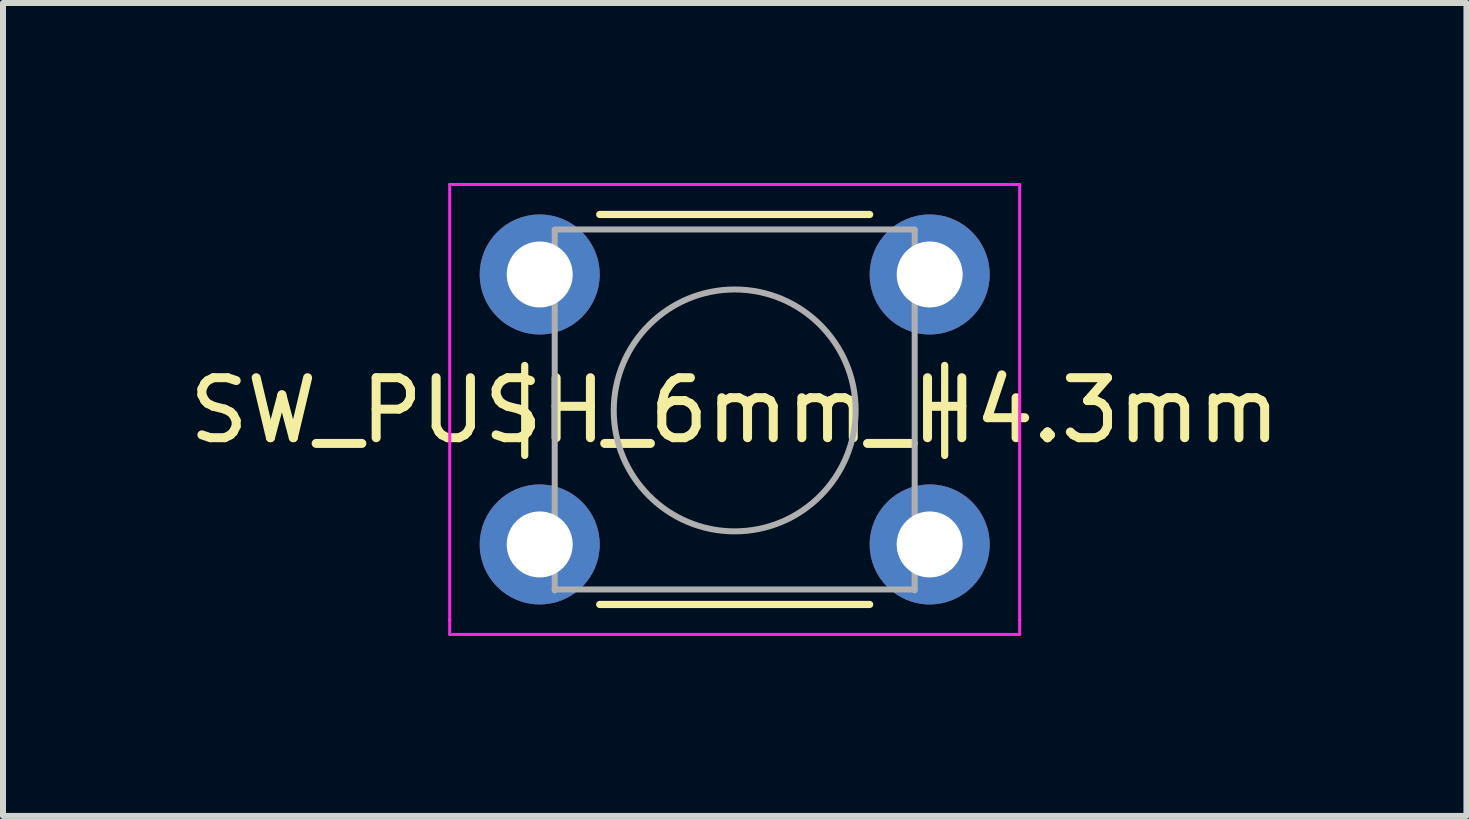
<source format=kicad_pcb>
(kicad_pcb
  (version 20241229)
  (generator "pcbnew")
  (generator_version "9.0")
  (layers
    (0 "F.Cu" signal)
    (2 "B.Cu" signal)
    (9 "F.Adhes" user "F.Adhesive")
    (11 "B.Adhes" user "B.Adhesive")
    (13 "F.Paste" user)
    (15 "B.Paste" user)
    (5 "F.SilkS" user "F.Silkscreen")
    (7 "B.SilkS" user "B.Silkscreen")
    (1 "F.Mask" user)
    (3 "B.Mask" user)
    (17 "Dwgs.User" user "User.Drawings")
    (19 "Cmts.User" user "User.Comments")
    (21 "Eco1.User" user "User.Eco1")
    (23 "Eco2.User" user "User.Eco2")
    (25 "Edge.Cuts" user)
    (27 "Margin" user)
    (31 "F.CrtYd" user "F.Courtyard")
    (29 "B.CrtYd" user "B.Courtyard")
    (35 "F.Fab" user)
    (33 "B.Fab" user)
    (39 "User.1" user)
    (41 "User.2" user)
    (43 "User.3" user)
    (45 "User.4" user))
  (footprint "SW_PUSH_6mm_H4.3mm"
    (layer "F.Cu")
    (at 9.196 3.791)
    (property "Reference" "SW_PUSH_6mm_H4.3mm" (at 0 0 180) (layer "F.SilkS") (effects (font (size 1 1) (thickness 0.15))))
    (attr through_hole exclude_from_pos_files exclude_from_bom)
    (fp_line (start -3.5 -0.75) (end -3.5 0.75) (stroke (width 0.12) (type solid)) (layer "F.SilkS"))
    (fp_line (start -2.25 3.234) (end 2.25 3.234) (stroke (width 0.12) (type solid)) (layer "F.SilkS"))
    (fp_line (start 2.25 -3.266) (end -2.25 -3.266) (stroke (width 0.12) (type solid)) (layer "F.SilkS"))
    (fp_line (start 3.5 0.75) (end 3.5 -0.75) (stroke (width 0.12) (type solid)) (layer "F.SilkS"))
    (fp_line (start -4.75 -3.766) (end -4.5 -3.766) (stroke (width 0.05) (type solid)) (layer "F.CrtYd"))
    (fp_line (start -4.75 -3.516) (end -4.75 -3.766) (stroke (width 0.05) (type solid)) (layer "F.CrtYd"))
    (fp_line (start -4.75 3.484) (end -4.75 3.734) (stroke (width 0.05) (type solid)) (layer "F.CrtYd"))
    (fp_line (start -4.75 3.5) (end -4.75 -3.5) (stroke (width 0.05) (type solid)) (layer "F.CrtYd"))
    (fp_line (start -4.75 3.734) (end -4.5 3.734) (stroke (width 0.05) (type solid)) (layer "F.CrtYd"))
    (fp_line (start -4.5 -3.766) (end 4.5 -3.766) (stroke (width 0.05) (type solid)) (layer "F.CrtYd"))
    (fp_line (start 4.5 -3.766) (end 4.75 -3.766) (stroke (width 0.05) (type solid)) (layer "F.CrtYd"))
    (fp_line (start 4.5 3.734) (end -4.5 3.734) (stroke (width 0.05) (type solid)) (layer "F.CrtYd"))
    (fp_line (start 4.5 3.734) (end 4.75 3.734) (stroke (width 0.05) (type solid)) (layer "F.CrtYd"))
    (fp_line (start 4.75 -3.766) (end 4.75 -3.516) (stroke (width 0.05) (type solid)) (layer "F.CrtYd"))
    (fp_line (start 4.75 -3.5) (end 4.75 3.5) (stroke (width 0.05) (type solid)) (layer "F.CrtYd"))
    (fp_line (start 4.75 3.734) (end 4.75 3.484) (stroke (width 0.05) (type solid)) (layer "F.CrtYd"))
    (fp_line (start -3 3) (end -3 -3) (stroke (width 0.1) (type solid)) (layer "F.Fab"))
    (fp_line (start 3 -3.016) (end -3 -3.016) (stroke (width 0.1) (type solid)) (layer "F.Fab"))
    (fp_line (start 3 -3) (end 3 3) (stroke (width 0.1) (type solid)) (layer "F.Fab"))
    (fp_line (start 3 2.984) (end -3 2.984) (stroke (width 0.1) (type solid)) (layer "F.Fab"))
    (fp_circle (center 0 0) (end 2.016 0) (stroke (width 0.1) (type solid)) (fill no) (layer "F.Fab"))
    (pad "1" thru_hole circle (at -3.25 -2.266 90) (size 2 2) (drill 1.1) (layers "*.Cu" "*.Mask"))
    (pad "1" thru_hole circle (at 3.25 -2.266 90) (size 2 2) (drill 1.1) (layers "*.Cu" "*.Mask"))
    (pad "2" thru_hole circle (at -3.25 2.234 90) (size 2 2) (drill 1.1) (layers "*.Cu" "*.Mask"))
    (pad "2" thru_hole circle (at 3.25 2.234 90) (size 2 2) (drill 1.1) (layers "*.Cu" "*.Mask")))
  (gr_rect
    (start -3 -3)
    (end 21.393 10.55)
    (stroke (width 0.1) (type default))
    (fill no)
    (layer "Edge.Cuts")))
</source>
